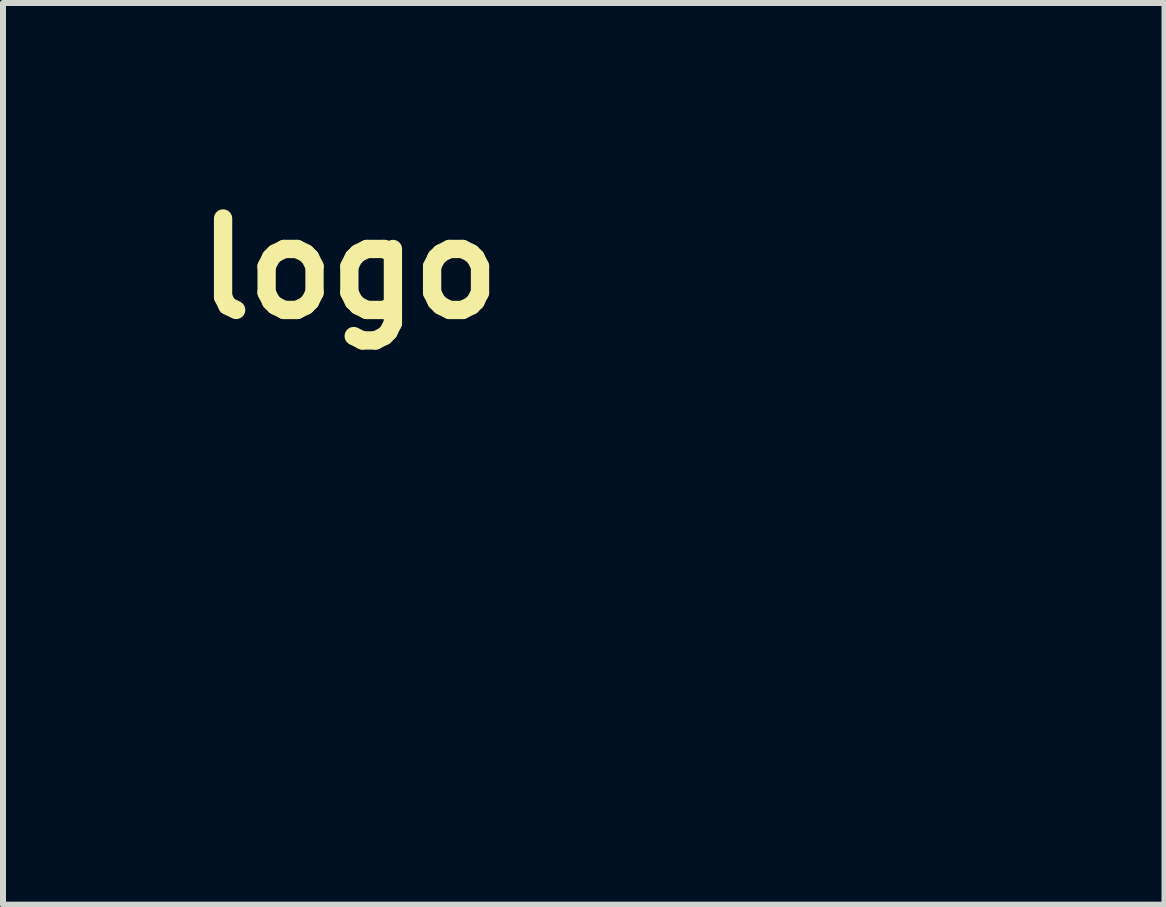
<source format=kicad_pcb>
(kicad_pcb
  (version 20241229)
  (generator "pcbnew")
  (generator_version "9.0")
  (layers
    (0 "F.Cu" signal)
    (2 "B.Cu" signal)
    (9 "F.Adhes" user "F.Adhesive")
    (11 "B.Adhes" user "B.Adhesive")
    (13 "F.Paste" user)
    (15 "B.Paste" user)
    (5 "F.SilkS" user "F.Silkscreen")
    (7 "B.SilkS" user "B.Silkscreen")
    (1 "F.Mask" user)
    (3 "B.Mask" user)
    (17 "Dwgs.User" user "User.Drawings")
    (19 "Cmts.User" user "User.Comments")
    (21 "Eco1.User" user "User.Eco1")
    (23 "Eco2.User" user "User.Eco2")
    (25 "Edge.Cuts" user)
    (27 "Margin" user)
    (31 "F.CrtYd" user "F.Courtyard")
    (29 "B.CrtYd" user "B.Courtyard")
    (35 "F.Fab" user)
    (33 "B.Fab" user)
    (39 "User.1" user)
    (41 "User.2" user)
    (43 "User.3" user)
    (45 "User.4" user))
  (footprint "logo"
    (layer "F.Cu")
    (at 2.772 4.474)
    (property "Reference" "logo" (at 0 -3.048 0) (layer "F.SilkS") (effects (font (size 1.524 1.524) (thickness 0.305))))
    (attr exclude_from_pos_files exclude_from_bom)
    (fp_poly (pts (xy 6.721 1.964) (xy 6.716 2.053) (xy 6.637 2.047) (xy 6.624 1.981) (xy 6.721 1.964)) (stroke (width 0.00001) (type solid)) (fill no) (layer "F.SilkS"))
    (fp_poly (pts (xy 0 2.276) (xy 0 4.552) (xy 5.292 4.552) (xy 10.583 4.552) (xy 10.583 2.276) (xy 10.583 0) (xy 5.292 0) (xy 0 0) (xy 0 2.276)) (stroke (width 0.00001) (type solid)) (fill no) (layer "F.SilkS"))
    (fp_poly (pts (xy 3.645 1.582) (xy 3.642 1.596) (xy 3.629 1.608) (xy 3.629 1.665) (xy 3.642 1.679) (xy 3.669 1.68) (xy 3.687 1.667) (xy 3.709 1.661) (xy 3.708 1.61) (xy 3.7 1.595) (xy 3.645 1.582)) (stroke (width 0.00001) (type solid)) (fill no) (layer "F.SilkS"))
    (fp_poly (pts (xy 7.097 2.309) (xy 7.068 2.321) (xy 7.013 2.37) (xy 6.969 2.458) (xy 7.024 2.475) (xy 7.067 2.456) (xy 7.215 2.384) (xy 7.262 2.343) (xy 7.22 2.319) (xy 7.203 2.311) (xy 7.097 2.309)) (stroke (width 0.00001) (type solid)) (fill no) (layer "F.SilkS"))
    (fp_poly (pts (xy 5.094 2.306) (xy 5.018 2.356) (xy 4.974 2.436) (xy 4.964 2.538) (xy 5.004 2.637) (xy 5.021 2.65) (xy 5.101 2.673) (xy 5.189 2.639) (xy 5.238 2.537) (xy 5.237 2.411) (xy 5.184 2.322) (xy 5.094 2.306)) (stroke (width 0.00001) (type solid)) (fill no) (layer "F.SilkS"))
    (fp_poly (pts (xy 2.423 1.61) (xy 2.416 1.625) (xy 2.389 1.638) (xy 2.362 1.639) (xy 2.362 1.68) (xy 2.362 1.72) (xy 2.375 1.721) (xy 2.389 1.735) (xy 2.445 1.738) (xy 2.468 1.719) (xy 2.465 1.639) (xy 2.444 1.618) (xy 2.423 1.61)) (stroke (width 0.00001) (type solid)) (fill no) (layer "F.SilkS"))
    (fp_poly (pts (xy 6.698 2.205) (xy 6.715 2.221) (xy 6.712 2.334) (xy 6.709 2.456) (xy 6.709 2.59) (xy 6.708 2.716) (xy 6.701 2.749) (xy 6.653 2.774) (xy 6.607 2.739) (xy 6.6 2.675) (xy 6.6 2.548) (xy 6.604 2.4) (xy 6.611 2.274) (xy 6.621 2.213) (xy 6.698 2.205)) (stroke (width 0.00001) (type solid)) (fill no) (layer "F.SilkS"))
    (fp_poly (pts (xy 7.706 2.37) (xy 7.632 2.409) (xy 7.61 2.423) (xy 7.612 2.487) (xy 7.62 2.567) (xy 7.66 2.648) (xy 7.714 2.69) (xy 7.78 2.704) (xy 7.841 2.693) (xy 7.859 2.686) (xy 7.885 2.667) (xy 7.943 2.569) (xy 7.943 2.457) (xy 7.884 2.382) (xy 7.791 2.362) (xy 7.706 2.37)) (stroke (width 0.00001) (type solid)) (fill no) (layer "F.SilkS"))
    (fp_poly (pts (xy 5.187 2.199) (xy 5.275 2.255) (xy 5.327 2.351) (xy 5.344 2.485) (xy 5.319 2.615) (xy 5.255 2.722) (xy 5.17 2.775) (xy 5.149 2.783) (xy 5.038 2.782) (xy 5.024 2.777) (xy 4.938 2.725) (xy 4.882 2.646) (xy 4.856 2.551) (xy 4.859 2.45) (xy 4.888 2.354) (xy 4.943 2.272) (xy 5.022 2.215) (xy 5.056 2.203) (xy 5.069 2.199) (xy 5.187 2.199)) (stroke (width 0.00001) (type solid)) (fill no) (layer "F.SilkS"))
    (fp_poly (pts (xy 3.126 3.447) (xy 3.132 3.46) (xy 3.145 3.47) (xy 3.16 3.499) (xy 3.173 3.528) (xy 3.184 3.53) (xy 3.184 3.621) (xy 3.184 3.712) (xy 3.172 3.714) (xy 3.158 3.727) (xy 3.157 3.739) (xy 3.052 3.739) (xy 2.947 3.739) (xy 2.946 3.72) (xy 2.932 3.7) (xy 2.92 3.698) (xy 2.92 3.614) (xy 2.92 3.53) (xy 2.931 3.528) (xy 2.945 3.498) (xy 2.947 3.471) (xy 2.974 3.47) (xy 3 3.46) (xy 3.066 3.441) (xy 3.126 3.447)) (stroke (width 0.00001) (type solid)) (fill no) (layer "F.SilkS"))
    (fp_poly (pts (xy 5.869 2.191) (xy 5.907 2.301) (xy 5.898 2.393) (xy 5.852 2.416) (xy 5.806 2.334) (xy 5.776 2.28) (xy 5.739 2.29) (xy 5.66 2.331) (xy 5.603 2.403) (xy 5.588 2.428) (xy 5.586 2.599) (xy 5.583 2.767) (xy 5.566 2.804) (xy 5.486 2.784) (xy 5.482 2.709) (xy 5.481 2.552) (xy 5.482 2.382) (xy 5.485 2.267) (xy 5.526 2.187) (xy 5.585 2.24) (xy 5.628 2.244) (xy 5.715 2.196) (xy 5.756 2.185) (xy 5.788 2.178) (xy 5.869 2.191)) (stroke (width 0.00001) (type solid)) (fill no) (layer "F.SilkS"))
    (fp_poly (pts (xy 2.47 1.524) (xy 2.477 1.539) (xy 2.504 1.551) (xy 2.532 1.565) (xy 2.547 1.58) (xy 2.562 1.595) (xy 2.57 1.61) (xy 2.577 1.707) (xy 2.57 1.806) (xy 2.562 1.828) (xy 2.542 1.847) (xy 2.518 1.858) (xy 2.413 1.866) (xy 2.303 1.846) (xy 2.29 1.834) (xy 2.276 1.821) (xy 2.262 1.807) (xy 2.251 1.804) (xy 2.251 1.707) (xy 2.251 1.609) (xy 2.263 1.608) (xy 2.277 1.594) (xy 2.289 1.58) (xy 2.303 1.566) (xy 2.317 1.552) (xy 2.33 1.541) (xy 2.403 1.52) (xy 2.47 1.524)) (stroke (width 0.00001) (type solid)) (fill no) (layer "F.SilkS"))
    (fp_poly (pts (xy 3.617 0.258) (xy 3.614 0.272) (xy 3.601 0.285) (xy 3.586 0.307) (xy 3.571 0.328) (xy 3.556 0.342) (xy 3.542 0.356) (xy 3.528 0.385) (xy 3.513 0.413) (xy 3.5 0.441) (xy 3.487 0.469) (xy 3.473 0.526) (xy 3.471 0.58) (xy 3.456 0.584) (xy 3.441 0.587) (xy 3.441 0.653) (xy 3.449 0.722) (xy 3.473 0.742) (xy 3.501 0.753) (xy 3.525 0.753) (xy 3.528 0.726) (xy 3.543 0.697) (xy 3.555 0.671) (xy 3.563 0.644) (xy 3.587 0.61) (xy 3.601 0.583) (xy 3.612 0.58) (xy 3.614 0.455) (xy 3.617 0.33) (xy 3.628 0.328) (xy 3.63 0.256) (xy 3.617 0.258)) (stroke (width 0.00001) (type solid)) (fill no) (layer "F.SilkS"))
    (fp_poly (pts (xy 7.865 1.917) (xy 7.884 1.976) (xy 7.785 2.09) (xy 7.708 2.168) (xy 7.665 2.24) (xy 7.655 2.285) (xy 7.705 2.267) (xy 7.8 2.249) (xy 7.906 2.269) (xy 7.991 2.321) (xy 8.036 2.395) (xy 8.057 2.486) (xy 8.051 2.585) (xy 8.019 2.678) (xy 7.95 2.757) (xy 7.864 2.804) (xy 7.827 2.813) (xy 7.735 2.815) (xy 7.642 2.786) (xy 7.574 2.729) (xy 7.529 2.644) (xy 7.507 2.532) (xy 7.506 2.42) (xy 7.52 2.328) (xy 7.533 2.284) (xy 7.546 2.246) (xy 7.565 2.208) (xy 7.627 2.106) (xy 7.638 2.089) (xy 7.711 2.011) (xy 7.802 1.923) (xy 7.865 1.917)) (stroke (width 0.00001) (type solid)) (fill no) (layer "F.SilkS"))
    (fp_poly (pts (xy 7.194 2.194) (xy 7.268 2.215) (xy 7.287 2.221) (xy 7.332 2.263) (xy 7.356 2.34) (xy 7.339 2.405) (xy 7.274 2.46) (xy 7.135 2.526) (xy 7.056 2.562) (xy 7 2.587) (xy 6.989 2.63) (xy 7.063 2.675) (xy 7.159 2.689) (xy 7.257 2.671) (xy 7.333 2.626) (xy 7.399 2.614) (xy 7.411 2.687) (xy 7.354 2.742) (xy 7.284 2.777) (xy 7.271 2.781) (xy 7.24 2.79) (xy 7.199 2.8) (xy 7.135 2.803) (xy 7.056 2.791) (xy 6.98 2.76) (xy 6.922 2.715) (xy 6.877 2.632) (xy 6.864 2.53) (xy 6.883 2.403) (xy 6.926 2.313) (xy 6.994 2.236) (xy 7.061 2.203) (xy 7.085 2.196) (xy 7.194 2.194)) (stroke (width 0.00001) (type solid)) (fill no) (layer "F.SilkS"))
    (fp_poly (pts (xy 4.329 1.875) (xy 4.355 1.948) (xy 4.356 2.117) (xy 4.353 2.25) (xy 4.359 2.296) (xy 4.396 2.266) (xy 4.505 2.201) (xy 4.613 2.195) (xy 4.684 2.25) (xy 4.701 2.294) (xy 4.711 2.359) (xy 4.72 2.504) (xy 4.731 2.624) (xy 4.746 2.721) (xy 4.7 2.803) (xy 4.662 2.79) (xy 4.636 2.735) (xy 4.62 2.632) (xy 4.612 2.474) (xy 4.605 2.347) (xy 4.58 2.312) (xy 4.516 2.309) (xy 4.443 2.362) (xy 4.374 2.461) (xy 4.356 2.495) (xy 4.356 2.56) (xy 4.352 2.661) (xy 4.343 2.735) (xy 4.306 2.784) (xy 4.25 2.768) (xy 4.237 2.755) (xy 4.242 2.665) (xy 4.245 2.577) (xy 4.247 2.44) (xy 4.248 2.28) (xy 4.248 2.125) (xy 4.247 2.002) (xy 4.245 1.938) (xy 4.267 1.872) (xy 4.329 1.875)) (stroke (width 0.00001) (type solid)) (fill no) (layer "F.SilkS"))
    (fp_poly (pts (xy 6.418 2.147) (xy 6.432 2.167) (xy 6.436 2.178) (xy 6.443 2.213) (xy 6.451 2.27) (xy 6.427 2.338) (xy 6.366 2.333) (xy 6.344 2.262) (xy 6.334 2.251) (xy 6.267 2.27) (xy 6.245 2.276) (xy 6.223 2.282) (xy 6.188 2.299) (xy 6.127 2.356) (xy 6.189 2.39) (xy 6.227 2.398) (xy 6.266 2.41) (xy 6.366 2.466) (xy 6.426 2.548) (xy 6.437 2.64) (xy 6.392 2.724) (xy 6.297 2.773) (xy 6.173 2.789) (xy 6.065 2.765) (xy 6.046 2.759) (xy 5.99 2.721) (xy 5.993 2.633) (xy 6.062 2.638) (xy 6.144 2.669) (xy 6.244 2.67) (xy 6.316 2.641) (xy 6.322 2.585) (xy 6.269 2.529) (xy 6.186 2.504) (xy 6.16 2.498) (xy 6.129 2.49) (xy 6.053 2.454) (xy 6.017 2.39) (xy 6.028 2.306) (xy 6.082 2.238) (xy 6.15 2.203) (xy 6.162 2.199) (xy 6.186 2.19) (xy 6.263 2.168) (xy 6.288 2.162) (xy 6.302 2.158) (xy 6.325 2.148) (xy 6.348 2.139) (xy 6.418 2.147)) (stroke (width 0.00001) (type solid)) (fill no) (layer "F.SilkS"))
    (fp_poly (pts (xy 8.713 1.907) (xy 8.738 1.988) (xy 8.684 2.016) (xy 8.522 2.021) (xy 8.4 2.022) (xy 8.361 2.027) (xy 8.351 2.064) (xy 8.341 2.173) (xy 8.338 2.204) (xy 8.363 2.19) (xy 8.395 2.176) (xy 8.407 2.169) (xy 8.427 2.162) (xy 8.464 2.155) (xy 8.534 2.148) (xy 8.597 2.155) (xy 8.621 2.162) (xy 8.719 2.237) (xy 8.765 2.336) (xy 8.779 2.449) (xy 8.762 2.562) (xy 8.714 2.659) (xy 8.648 2.726) (xy 8.593 2.758) (xy 8.577 2.765) (xy 8.512 2.783) (xy 8.428 2.788) (xy 8.326 2.76) (xy 8.248 2.706) (xy 8.21 2.644) (xy 8.229 2.59) (xy 8.271 2.577) (xy 8.332 2.63) (xy 8.414 2.671) (xy 8.516 2.664) (xy 8.605 2.611) (xy 8.658 2.522) (xy 8.672 2.422) (xy 8.648 2.332) (xy 8.588 2.272) (xy 8.507 2.263) (xy 8.422 2.288) (xy 8.366 2.341) (xy 8.321 2.391) (xy 8.241 2.41) (xy 8.219 2.343) (xy 8.23 2.205) (xy 8.241 2.075) (xy 8.235 1.98) (xy 8.225 1.929) (xy 8.283 1.911) (xy 8.464 1.908) (xy 8.613 1.907) (xy 8.675 1.905) (xy 8.713 1.907)) (stroke (width 0.00001) (type solid)) (fill no) (layer "F.SilkS"))
    (fp_poly (pts (xy 2.048 0.042) (xy 2.061 0.055) (xy 2.076 0.071) (xy 2.092 0.086) (xy 2.107 0.101) (xy 2.12 0.115) (xy 2.134 0.128) (xy 2.148 0.142) (xy 2.161 0.156) (xy 2.175 0.169) (xy 2.19 0.184) (xy 2.205 0.2) (xy 2.22 0.229) (xy 2.222 0.254) (xy 2.248 0.256) (xy 2.275 0.27) (xy 2.287 0.282) (xy 2.305 0.291) (xy 2.323 0.301) (xy 2.334 0.315) (xy 2.336 0.327) (xy 2.391 0.329) (xy 2.447 0.33) (xy 2.448 0.342) (xy 2.475 0.356) (xy 2.503 0.37) (xy 2.53 0.383) (xy 2.565 0.406) (xy 2.657 0.406) (xy 2.705 0.383) (xy 2.746 0.37) (xy 2.774 0.355) (xy 2.803 0.34) (xy 2.805 0.328) (xy 2.959 0.328) (xy 3.113 0.328) (xy 3.114 0.315) (xy 3.151 0.301) (xy 3.186 0.3) (xy 3.186 0.327) (xy 3.174 0.356) (xy 3.16 0.37) (xy 3.145 0.385) (xy 3.16 0.413) (xy 3.187 0.427) (xy 3.242 0.429) (xy 3.257 0.414) (xy 3.273 0.385) (xy 3.287 0.356) (xy 3.301 0.329) (xy 3.312 0.301) (xy 3.33 0.291) (xy 3.348 0.282) (xy 3.359 0.269) (xy 3.373 0.255) (xy 3.387 0.241) (xy 3.4 0.228) (xy 3.414 0.214) (xy 3.428 0.2) (xy 3.441 0.189) (xy 3.46 0.168) (xy 3.469 0.16) (xy 3.489 0.14) (xy 3.5 0.128) (xy 3.514 0.114) (xy 3.528 0.1) (xy 3.558 0.086) (xy 3.587 0.071) (xy 3.601 0.055) (xy 3.615 0.042) (xy 3.708 0.032) (xy 3.715 0.117) (xy 3.708 0.199) (xy 3.7 0.228) (xy 3.689 0.254) (xy 3.669 0.31) (xy 3.669 0.354) (xy 3.656 0.356) (xy 3.644 0.357) (xy 3.642 0.498) (xy 3.639 0.64) (xy 3.627 0.641) (xy 3.613 0.668) (xy 3.601 0.696) (xy 3.587 0.723) (xy 3.563 0.757) (xy 3.555 0.785) (xy 3.543 0.811) (xy 3.54 0.838) (xy 3.555 0.86) (xy 3.571 0.883) (xy 3.586 0.911) (xy 3.587 0.937) (xy 3.627 0.939) (xy 3.669 0.951) (xy 3.687 0.964) (xy 3.715 0.985) (xy 3.728 0.997) (xy 3.739 1.04) (xy 3.739 1.081) (xy 3.727 1.083) (xy 3.714 1.084) (xy 3.715 1.153) (xy 3.717 1.222) (xy 3.728 1.224) (xy 3.741 1.253) (xy 3.754 1.28) (xy 3.769 1.322) (xy 3.783 1.365) (xy 3.801 1.449) (xy 3.809 1.52) (xy 3.826 1.55) (xy 3.828 1.757) (xy 3.826 1.964) (xy 3.809 1.994) (xy 3.801 2.102) (xy 3.798 2.204) (xy 3.78 2.222) (xy 3.771 2.276) (xy 3.78 2.33) (xy 3.801 2.403) (xy 3.783 2.477) (xy 3.77 2.504) (xy 3.756 2.532) (xy 3.744 2.533) (xy 3.743 2.679) (xy 3.741 2.8) (xy 3.735 2.831) (xy 3.728 2.939) (xy 3.721 3.044) (xy 3.714 3.077) (xy 3.708 3.114) (xy 3.702 3.149) (xy 3.701 3.293) (xy 3.702 3.437) (xy 3.708 3.473) (xy 3.714 3.487) (xy 3.721 3.5) (xy 3.728 3.592) (xy 3.728 3.679) (xy 3.714 3.69) (xy 3.701 3.746) (xy 3.68 3.802) (xy 3.669 3.814) (xy 3.655 3.828) (xy 3.642 3.857) (xy 3.629 3.884) (xy 3.615 3.898) (xy 3.6 3.913) (xy 3.587 3.923) (xy 3.552 3.942) (xy 3.527 3.955) (xy 3.5 3.968) (xy 3.472 3.982) (xy 3.471 3.994) (xy 3.416 3.997) (xy 3.36 4.008) (xy 3.341 4.026) (xy 3.236 4.028) (xy 3.132 4.026) (xy 3.113 4.008) (xy 3.014 3.998) (xy 2.918 3.996) (xy 2.918 3.983) (xy 2.889 3.968) (xy 2.859 3.955) (xy 2.832 3.941) (xy 2.805 3.927) (xy 2.793 3.915) (xy 2.772 3.894) (xy 2.76 3.882) (xy 2.746 3.868) (xy 2.732 3.855) (xy 2.718 3.841) (xy 2.705 3.827) (xy 2.691 3.797) (xy 2.677 3.77) (xy 2.665 3.771) (xy 2.663 4.06) (xy 2.661 4.349) (xy 2.543 4.352) (xy 2.435 4.356) (xy 2.415 4.376) (xy 2.402 4.38) (xy 2.342 4.382) (xy 2.194 4.383) (xy 1.92 4.382) (xy 1.427 4.381) (xy 1.426 4.366) (xy 1.424 4.352) (xy 1.324 4.352) (xy 1.224 4.352) (xy 1.224 4.338) (xy 1.224 4.325) (xy 1.139 4.323) (xy 1.054 4.322) (xy 1.052 4.31) (xy 1.051 4.297) (xy 0.996 4.297) (xy 0.939 4.29) (xy 0.876 4.283) (xy 0.815 4.283) (xy 0.812 4.27) (xy 0.809 4.256) (xy 0.772 4.256) (xy 0.724 4.235) (xy 0.683 4.224) (xy 0.642 4.224) (xy 0.642 4.211) (xy 0.642 4.197) (xy 0.6 4.196) (xy 0.558 4.195) (xy 0.556 4.182) (xy 0.531 4.17) (xy 0.496 4.151) (xy 0.456 4.141) (xy 0.417 4.14) (xy 0.417 4.083) (xy 0.417 4.026) (xy 0.429 4.025) (xy 0.442 4.023) (xy 0.441 3.984) (xy 0.427 3.943) (xy 0.413 3.954) (xy 0.385 3.969) (xy 0.356 3.984) (xy 0.323 3.997) (xy 0.289 4.005) (xy 0.238 4.026) (xy 0.241 3.942) (xy 0.255 3.929) (xy 0.279 3.908) (xy 0.287 3.897) (xy 0.294 3.883) (xy 0.3 3.853) (xy 0.313 3.827) (xy 0.328 3.785) (xy 0.341 3.742) (xy 0.354 3.714) (xy 0.371 3.669) (xy 0.382 3.669) (xy 0.382 3.604) (xy 0.401 3.527) (xy 0.414 3.485) (xy 0.428 3.441) (xy 0.439 3.439) (xy 0.442 3.357) (xy 0.444 3.276) (xy 0.455 3.273) (xy 0.469 3.229) (xy 0.484 3.187) (xy 0.496 3.162) (xy 0.517 3.127) (xy 0.528 3.107) (xy 0.542 3.086) (xy 0.555 3.073) (xy 0.569 3.059) (xy 0.582 3.034) (xy 0.601 3) (xy 0.611 2.99) (xy 0.634 2.971) (xy 0.642 2.957) (xy 0.654 2.944) (xy 0.667 2.943) (xy 0.667 2.724) (xy 0.667 2.506) (xy 0.656 2.506) (xy 0.642 2.517) (xy 0.597 2.53) (xy 0.555 2.531) (xy 0.556 2.519) (xy 0.57 2.504) (xy 0.583 2.467) (xy 0.599 2.417) (xy 0.612 2.404) (xy 0.627 2.389) (xy 0.641 2.375) (xy 0.655 2.362) (xy 0.669 2.347) (xy 0.684 2.331) (xy 0.697 2.304) (xy 0.711 2.277) (xy 0.724 2.251) (xy 0.744 2.216) (xy 0.756 2.19) (xy 0.769 2.162) (xy 0.783 2.149) (xy 0.797 2.135) (xy 0.808 2.132) (xy 0.81 2.028) (xy 0.813 1.923) (xy 0.825 1.922) (xy 0.838 1.92) (xy 0.838 1.866) (xy 0.846 1.807) (xy 0.857 1.776) (xy 0.871 1.749) (xy 0.883 1.747) (xy 0.883 1.707) (xy 0.883 1.667) (xy 0.896 1.665) (xy 0.91 1.636) (xy 0.925 1.608) (xy 0.939 1.594) (xy 0.967 1.58) (xy 0.996 1.565) (xy 1.01 1.551) (xy 1.023 1.537) (xy 1.038 1.522) (xy 1.052 1.509) (xy 1.066 1.494) (xy 1.081 1.49) (xy 1.083 1.399) (xy 1.086 1.309) (xy 1.098 1.307) (xy 1.112 1.266) (xy 1.124 1.224) (xy 1.138 1.195) (xy 1.153 1.166) (xy 1.166 1.139) (xy 1.181 1.111) (xy 1.197 1.095) (xy 1.212 1.08) (xy 1.225 1.053) (xy 1.238 1.024) (xy 1.252 1.011) (xy 1.266 0.997) (xy 1.278 0.985) (xy 1.299 0.964) (xy 1.311 0.951) (xy 1.325 0.938) (xy 1.338 0.924) (xy 1.352 0.91) (xy 1.366 0.897) (xy 1.379 0.883) (xy 1.393 0.87) (xy 1.417 0.849) (xy 1.425 0.831) (xy 1.432 0.81) (xy 1.438 0.794) (xy 1.451 0.782) (xy 1.465 0.768) (xy 1.478 0.756) (xy 1.491 0.748) (xy 1.51 0.725) (xy 1.521 0.714) (xy 1.544 0.695) (xy 1.552 0.681) (xy 1.565 0.668) (xy 1.579 0.654) (xy 1.591 0.642) (xy 1.605 0.634) (xy 1.624 0.611) (xy 1.635 0.6) (xy 1.658 0.581) (xy 1.666 0.567) (xy 1.679 0.555) (xy 1.692 0.541) (xy 1.706 0.527) (xy 1.72 0.517) (xy 1.769 0.496) (xy 1.807 0.496) (xy 1.808 0.484) (xy 1.835 0.47) (xy 1.863 0.456) (xy 1.891 0.442) (xy 1.92 0.427) (xy 1.947 0.413) (xy 1.973 0.412) (xy 1.975 0.356) (xy 1.976 0.3) (xy 1.965 0.3) (xy 1.951 0.283) (xy 1.948 0.176) (xy 1.951 0.072) (xy 1.967 0.055) (xy 1.976 0.046) (xy 2.048 0.042)) (stroke (width 0.00001) (type solid)) (fill no) (layer "F.SilkS"))
    (fp_poly (pts (xy 2.081 0.261) (xy 2.077 0.31) (xy 2.078 0.352) (xy 2.093 0.356) (xy 2.108 0.36) (xy 2.108 0.427) (xy 2.108 0.495) (xy 2.121 0.498) (xy 2.135 0.5) (xy 2.136 0.57) (xy 2.137 0.64) (xy 2.15 0.641) (xy 2.163 0.642) (xy 2.161 0.684) (xy 2.16 0.726) (xy 2.135 0.726) (xy 2.108 0.714) (xy 2.069 0.695) (xy 2.048 0.683) (xy 1.993 0.681) (xy 1.971 0.696) (xy 1.948 0.712) (xy 1.934 0.727) (xy 1.92 0.741) (xy 1.893 0.755) (xy 1.865 0.768) (xy 1.85 0.783) (xy 1.835 0.797) (xy 1.822 0.811) (xy 1.807 0.826) (xy 1.793 0.841) (xy 1.775 0.849) (xy 1.762 0.856) (xy 1.751 0.869) (xy 1.736 0.884) (xy 1.722 0.898) (xy 1.708 0.911) (xy 1.693 0.94) (xy 1.679 0.969) (xy 1.665 0.982) (xy 1.651 0.996) (xy 1.638 1.023) (xy 1.624 1.051) (xy 1.608 1.067) (xy 1.592 1.083) (xy 1.579 1.096) (xy 1.565 1.11) (xy 1.551 1.137) (xy 1.539 1.165) (xy 1.525 1.179) (xy 1.501 1.199) (xy 1.493 1.226) (xy 1.481 1.253) (xy 1.466 1.265) (xy 1.452 1.279) (xy 1.439 1.308) (xy 1.431 1.337) (xy 1.425 1.377) (xy 1.404 1.425) (xy 1.393 1.475) (xy 1.391 1.523) (xy 1.378 1.524) (xy 1.366 1.525) (xy 1.365 1.581) (xy 1.363 1.636) (xy 1.351 1.638) (xy 1.338 1.639) (xy 1.338 1.871) (xy 1.337 2.074) (xy 1.329 2.105) (xy 1.31 2.092) (xy 1.287 2.074) (xy 1.279 2.047) (xy 1.267 2.02) (xy 1.252 1.985) (xy 1.25 1.951) (xy 1.224 1.951) (xy 1.199 1.951) (xy 1.197 1.968) (xy 1.173 1.996) (xy 1.165 2.093) (xy 1.165 2.189) (xy 1.153 2.19) (xy 1.14 2.192) (xy 1.139 2.247) (xy 1.138 2.303) (xy 1.125 2.304) (xy 1.113 2.306) (xy 1.111 2.36) (xy 1.097 2.417) (xy 1.083 2.46) (xy 1.081 2.501) (xy 1.067 2.504) (xy 1.052 2.54) (xy 1.038 2.576) (xy 1.025 2.605) (xy 1.011 2.632) (xy 0.997 2.674) (xy 0.982 2.717) (xy 0.97 2.718) (xy 0.97 2.756) (xy 0.949 2.805) (xy 0.939 2.832) (xy 0.925 2.859) (xy 0.913 2.861) (xy 0.91 2.945) (xy 0.908 3.029) (xy 0.896 3.031) (xy 0.883 3.032) (xy 0.882 3.151) (xy 0.881 3.271) (xy 0.869 3.272) (xy 0.855 3.286) (xy 0.838 3.272) (xy 0.829 3.246) (xy 0.81 3.225) (xy 0.783 3.23) (xy 0.768 3.245) (xy 0.756 3.246) (xy 0.756 3.297) (xy 0.737 3.359) (xy 0.728 3.411) (xy 0.708 3.474) (xy 0.697 3.515) (xy 0.684 3.556) (xy 0.669 3.598) (xy 0.655 3.642) (xy 0.643 3.673) (xy 0.623 3.714) (xy 0.614 3.741) (xy 0.599 3.769) (xy 0.583 3.799) (xy 0.568 3.827) (xy 0.554 3.841) (xy 0.541 3.855) (xy 0.528 3.88) (xy 0.509 3.915) (xy 0.501 3.923) (xy 0.48 3.943) (xy 0.469 3.985) (xy 0.454 4.028) (xy 0.442 4.029) (xy 0.442 4.07) (xy 0.442 4.11) (xy 0.466 4.11) (xy 0.501 4.129) (xy 0.527 4.139) (xy 0.554 4.155) (xy 0.556 4.169) (xy 0.598 4.171) (xy 0.641 4.184) (xy 0.684 4.198) (xy 0.726 4.199) (xy 0.727 4.212) (xy 0.729 4.224) (xy 0.78 4.224) (xy 0.842 4.243) (xy 0.887 4.252) (xy 0.938 4.258) (xy 0.996 4.266) (xy 1.049 4.267) (xy 1.051 4.282) (xy 1.052 4.297) (xy 1.137 4.298) (xy 1.222 4.299) (xy 1.224 4.312) (xy 1.225 4.324) (xy 1.324 4.325) (xy 1.422 4.327) (xy 1.424 4.339) (xy 1.425 4.352) (xy 1.587 4.352) (xy 1.748 4.352) (xy 1.748 4.338) (xy 1.722 4.323) (xy 1.694 4.309) (xy 1.693 4.297) (xy 1.735 4.298) (xy 1.778 4.299) (xy 1.779 4.326) (xy 1.78 4.352) (xy 2.069 4.352) (xy 2.255 4.351) (xy 2.34 4.349) (xy 2.362 4.345) (xy 2.385 4.338) (xy 2.405 4.331) (xy 2.491 4.323) (xy 2.574 4.322) (xy 2.576 4.31) (xy 2.603 4.296) (xy 2.629 4.295) (xy 2.63 3.998) (xy 2.631 3.701) (xy 2.619 3.7) (xy 2.604 3.658) (xy 2.59 3.614) (xy 2.577 3.589) (xy 2.567 3.557) (xy 2.557 3.496) (xy 2.545 3.441) (xy 2.531 3.371) (xy 2.517 3.3) (xy 2.504 3.23) (xy 2.49 3.159) (xy 2.476 3.109) (xy 2.474 3.061) (xy 2.46 3.059) (xy 2.447 3.057) (xy 2.444 3.016) (xy 2.431 2.972) (xy 2.418 2.944) (xy 2.404 2.917) (xy 2.391 2.903) (xy 2.377 2.89) (xy 2.362 2.861) (xy 2.347 2.831) (xy 2.332 2.803) (xy 2.322 2.777) (xy 2.303 2.756) (xy 2.29 2.745) (xy 2.276 2.731) (xy 2.247 2.718) (xy 2.221 2.706) (xy 2.213 2.692) (xy 2.19 2.673) (xy 2.176 2.661) (xy 2.161 2.646) (xy 2.147 2.632) (xy 2.135 2.597) (xy 2.122 2.562) (xy 2.108 2.52) (xy 2.105 2.479) (xy 2.092 2.476) (xy 2.078 2.474) (xy 2.076 2.433) (xy 2.062 2.39) (xy 2.048 2.346) (xy 2.034 2.304) (xy 2.021 2.303) (xy 2.02 2.234) (xy 2.019 2.164) (xy 1.999 2.163) (xy 1.98 2.162) (xy 1.98 2.186) (xy 1.96 2.222) (xy 1.948 2.335) (xy 1.946 2.447) (xy 1.934 2.448) (xy 1.92 2.489) (xy 1.907 2.531) (xy 1.894 2.567) (xy 1.879 2.603) (xy 1.867 2.604) (xy 1.865 2.66) (xy 1.864 2.715) (xy 1.85 2.718) (xy 1.837 2.72) (xy 1.834 2.761) (xy 1.82 2.803) (xy 1.807 2.805) (xy 1.806 2.86) (xy 1.805 2.916) (xy 1.792 2.917) (xy 1.78 2.918) (xy 1.78 2.97) (xy 1.761 3.032) (xy 1.753 3.077) (xy 1.732 3.132) (xy 1.722 3.174) (xy 1.708 3.215) (xy 1.693 3.257) (xy 1.68 3.3) (xy 1.666 3.344) (xy 1.651 3.386) (xy 1.639 3.387) (xy 1.639 3.425) (xy 1.618 3.474) (xy 1.607 3.53) (xy 1.605 3.585) (xy 1.592 3.586) (xy 1.58 3.588) (xy 1.579 3.65) (xy 1.577 3.712) (xy 1.565 3.714) (xy 1.552 3.715) (xy 1.552 3.812) (xy 1.552 3.91) (xy 1.565 3.911) (xy 1.577 3.912) (xy 1.578 4.025) (xy 1.58 4.137) (xy 1.592 4.139) (xy 1.607 4.181) (xy 1.618 4.224) (xy 1.639 4.243) (xy 1.647 4.252) (xy 1.661 4.258) (xy 1.679 4.266) (xy 1.692 4.282) (xy 1.694 4.297) (xy 1.666 4.297) (xy 1.636 4.283) (xy 1.625 4.27) (xy 1.612 4.263) (xy 1.594 4.255) (xy 1.58 4.213) (xy 1.566 4.17) (xy 1.555 4.167) (xy 1.552 4.056) (xy 1.541 3.943) (xy 1.523 3.924) (xy 1.52 3.819) (xy 1.523 3.714) (xy 1.541 3.695) (xy 1.552 3.626) (xy 1.555 3.558) (xy 1.566 3.555) (xy 1.58 3.498) (xy 1.582 3.444) (xy 1.594 3.442) (xy 1.607 3.441) (xy 1.607 3.403) (xy 1.626 3.355) (xy 1.635 3.315) (xy 1.636 3.275) (xy 1.65 3.273) (xy 1.664 3.271) (xy 1.666 3.23) (xy 1.68 3.186) (xy 1.693 3.15) (xy 1.708 3.114) (xy 1.721 3.113) (xy 1.721 3.062) (xy 1.74 3) (xy 1.748 2.948) (xy 1.768 2.885) (xy 1.78 2.829) (xy 1.782 2.774) (xy 1.795 2.773) (xy 1.807 2.772) (xy 1.807 2.731) (xy 1.807 2.691) (xy 1.82 2.689) (xy 1.832 2.688) (xy 1.834 2.634) (xy 1.848 2.576) (xy 1.861 2.549) (xy 1.879 2.503) (xy 1.894 2.461) (xy 1.907 2.417) (xy 1.919 2.414) (xy 1.921 2.303) (xy 1.923 2.192) (xy 1.936 2.19) (xy 1.949 2.163) (xy 1.963 2.136) (xy 1.976 2.124) (xy 1.984 2.106) (xy 1.995 2.088) (xy 2.021 2.105) (xy 2.035 2.135) (xy 2.048 2.205) (xy 2.062 2.276) (xy 2.076 2.319) (xy 2.078 2.36) (xy 2.092 2.362) (xy 2.105 2.365) (xy 2.107 2.404) (xy 2.108 2.443) (xy 2.121 2.446) (xy 2.135 2.449) (xy 2.135 2.49) (xy 2.135 2.53) (xy 2.147 2.532) (xy 2.162 2.567) (xy 2.177 2.603) (xy 2.19 2.616) (xy 2.207 2.632) (xy 2.221 2.647) (xy 2.235 2.66) (xy 2.249 2.675) (xy 2.277 2.689) (xy 2.304 2.703) (xy 2.319 2.718) (xy 2.334 2.732) (xy 2.348 2.746) (xy 2.362 2.759) (xy 2.375 2.773) (xy 2.39 2.815) (xy 2.403 2.859) (xy 2.417 2.872) (xy 2.429 2.885) (xy 2.449 2.92) (xy 2.461 2.946) (xy 2.476 2.988) (xy 2.491 3.031) (xy 2.504 3.032) (xy 2.504 3.079) (xy 2.504 3.127) (xy 2.516 3.128) (xy 2.529 3.129) (xy 2.531 3.2) (xy 2.533 3.271) (xy 2.547 3.273) (xy 2.56 3.275) (xy 2.562 3.343) (xy 2.57 3.415) (xy 2.576 3.473) (xy 2.576 3.527) (xy 2.589 3.529) (xy 2.603 3.556) (xy 2.616 3.583) (xy 2.631 3.626) (xy 2.643 3.668) (xy 2.664 3.696) (xy 2.677 3.714) (xy 2.689 3.743) (xy 2.703 3.77) (xy 2.717 3.8) (xy 2.731 3.828) (xy 2.745 3.842) (xy 2.76 3.856) (xy 2.776 3.87) (xy 2.791 3.884) (xy 2.804 3.898) (xy 2.83 3.911) (xy 2.858 3.927) (xy 2.887 3.943) (xy 2.917 3.957) (xy 2.918 3.969) (xy 3.038 3.97) (xy 3.157 3.972) (xy 3.158 3.984) (xy 3.16 3.997) (xy 3.23 3.997) (xy 3.3 3.997) (xy 3.301 3.984) (xy 3.302 3.972) (xy 3.385 3.97) (xy 3.468 3.969) (xy 3.469 3.957) (xy 3.499 3.943) (xy 3.528 3.928) (xy 3.541 3.912) (xy 3.555 3.898) (xy 3.57 3.884) (xy 3.586 3.855) (xy 3.631 3.797) (xy 3.642 3.755) (xy 3.63 3.714) (xy 3.616 3.708) (xy 3.582 3.708) (xy 3.473 3.708) (xy 3.46 3.701) (xy 3.441 3.68) (xy 3.428 3.669) (xy 3.416 3.666) (xy 3.416 3.555) (xy 3.416 3.444) (xy 3.442 3.442) (xy 3.47 3.427) (xy 3.473 3.414) (xy 3.513 3.415) (xy 3.555 3.428) (xy 3.599 3.441) (xy 3.639 3.444) (xy 3.642 3.555) (xy 3.644 3.667) (xy 3.656 3.668) (xy 3.67 3.657) (xy 3.685 3.642) (xy 3.698 3.639) (xy 3.698 3.585) (xy 3.698 3.53) (xy 3.685 3.528) (xy 3.671 3.525) (xy 3.67 3.224) (xy 3.67 3.019) (xy 3.671 2.936) (xy 3.677 2.92) (xy 3.696 2.901) (xy 3.7 2.802) (xy 3.708 2.686) (xy 3.715 2.562) (xy 3.717 2.447) (xy 3.729 2.445) (xy 3.742 2.444) (xy 3.743 2.318) (xy 3.744 2.192) (xy 3.757 2.19) (xy 3.769 2.189) (xy 3.769 2.095) (xy 3.788 1.989) (xy 3.796 1.884) (xy 3.796 1.779) (xy 3.784 1.781) (xy 3.769 1.793) (xy 3.755 1.807) (xy 3.742 1.821) (xy 3.728 1.834) (xy 3.715 1.847) (xy 3.645 1.865) (xy 3.589 1.864) (xy 3.588 1.852) (xy 3.548 1.833) (xy 3.528 1.821) (xy 3.514 1.807) (xy 3.503 1.804) (xy 3.503 1.72) (xy 3.503 1.636) (xy 3.515 1.635) (xy 3.529 1.621) (xy 3.542 1.608) (xy 3.556 1.581) (xy 3.568 1.552) (xy 3.589 1.528) (xy 3.683 1.527) (xy 3.696 1.534) (xy 3.712 1.543) (xy 3.729 1.553) (xy 3.742 1.566) (xy 3.756 1.577) (xy 3.767 1.577) (xy 3.768 1.508) (xy 3.769 1.439) (xy 3.757 1.438) (xy 3.742 1.402) (xy 3.727 1.366) (xy 3.713 1.34) (xy 3.7 1.323) (xy 3.671 1.336) (xy 3.644 1.336) (xy 3.642 1.309) (xy 3.627 1.28) (xy 3.613 1.253) (xy 3.6 1.225) (xy 3.586 1.212) (xy 3.574 1.197) (xy 3.553 1.173) (xy 3.526 1.165) (xy 3.5 1.153) (xy 3.471 1.138) (xy 3.442 1.123) (xy 3.428 1.11) (xy 3.415 1.096) (xy 3.388 1.083) (xy 3.361 1.075) (xy 3.327 1.052) (xy 3.3 1.038) (xy 3.27 1.024) (xy 3.242 1.009) (xy 3.186 1.011) (xy 3.128 1.01) (xy 3.108 0.996) (xy 3.087 0.982) (xy 3.061 0.97) (xy 3.033 0.962) (xy 2.999 0.938) (xy 2.972 0.924) (xy 2.959 0.91) (xy 2.945 0.897) (xy 2.917 0.884) (xy 2.891 0.883) (xy 2.89 0.909) (xy 2.888 0.935) (xy 2.86 0.937) (xy 2.831 0.925) (xy 2.817 0.911) (xy 2.803 0.898) (xy 2.789 0.884) (xy 2.774 0.869) (xy 2.763 0.856) (xy 2.745 0.814) (xy 2.733 0.782) (xy 2.718 0.769) (xy 2.704 0.756) (xy 2.691 0.727) (xy 2.675 0.697) (xy 2.659 0.682) (xy 2.632 0.668) (xy 2.604 0.655) (xy 2.562 0.654) (xy 2.547 0.669) (xy 2.532 0.684) (xy 2.518 0.697) (xy 2.504 0.726) (xy 2.489 0.755) (xy 2.476 0.756) (xy 2.476 0.796) (xy 2.445 0.842) (xy 2.417 0.78) (xy 2.417 0.729) (xy 2.404 0.727) (xy 2.389 0.698) (xy 2.376 0.669) (xy 2.362 0.626) (xy 2.36 0.585) (xy 2.347 0.583) (xy 2.331 0.568) (xy 2.318 0.554) (xy 2.304 0.527) (xy 2.29 0.499) (xy 2.275 0.47) (xy 2.263 0.442) (xy 2.249 0.428) (xy 2.235 0.414) (xy 2.221 0.4) (xy 2.21 0.388) (xy 2.19 0.353) (xy 2.177 0.327) (xy 2.163 0.313) (xy 2.15 0.3) (xy 2.137 0.294) (xy 2.123 0.287) (xy 2.109 0.279) (xy 2.081 0.261)) (stroke (width 0.00001) (type solid)) (fill no) (layer "F.SilkS")))
  (gr_rect
    (start -3 -3)
    (end 16.356 12.026)
    (stroke (width 0.1) (type default))
    (fill no)
    (layer "Edge.Cuts")))
</source>
